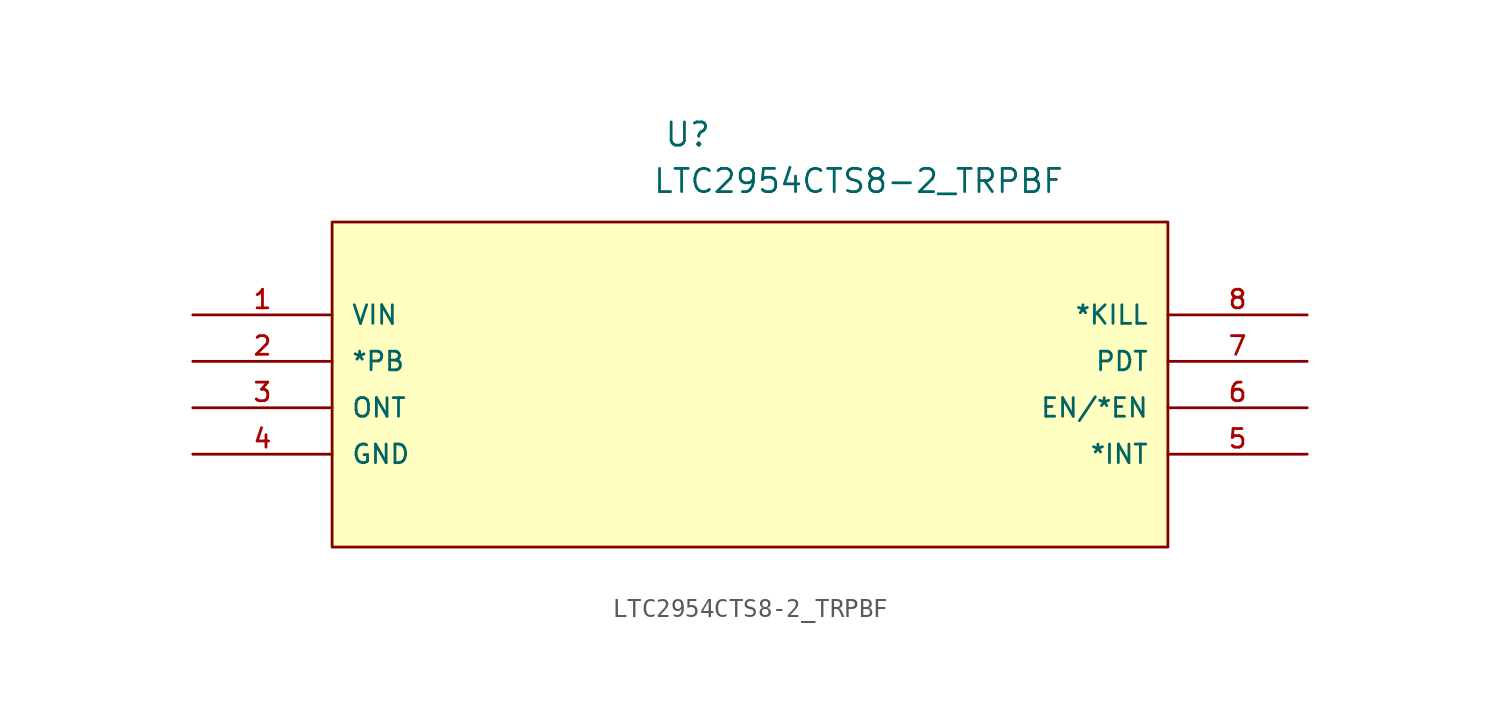
<source format=kicad_sym>
(kicad_symbol_lib
  (version 20211014)
  (generator kicad_symbol_editor)
  (symbol "LTC2954CTS8-2_TRPBF"
    (pin_names
      (offset 1.016))
    (property "Reference" "U"
      (at 25.764 9.122 0.0)
      (effects (font (size 1.27 1.27)) (justify bottom left)))
    (property "Value" "LTC2954CTS8-2_TRPBF"
      (at 25.128 6.58 0.0)
      (effects (font (size 1.27 1.27)) (justify bottom left)))
    (symbol "LTC2954CTS8-2_TRPBF_0_0"
      (rectangle (start 7.62 -12.7) (end 53.34 5.08) (stroke (width 0.152)) (fill (type background)))
      (pin input line (at 0.0 0.0 0) (length 7.62) (name "VIN" (effects (font (size 1.016 1.016)))) (number "1" (effects (font (size 1.016 1.016)))))
      (pin input line (at 0.0 -2.54 0) (length 7.62) (name "*PB" (effects (font (size 1.016 1.016)))) (number "2" (effects (font (size 1.016 1.016)))))
      (pin input line (at 0.0 -5.08 0) (length 7.62) (name "ONT" (effects (font (size 1.016 1.016)))) (number "3" (effects (font (size 1.016 1.016)))))
      (pin power_in line (at 0.0 -7.62 0) (length 7.62) (name "GND" (effects (font (size 1.016 1.016)))) (number "4" (effects (font (size 1.016 1.016)))))
      (pin output line (at 60.96 -7.62 180.0) (length 7.62) (name "*INT" (effects (font (size 1.016 1.016)))) (number "5" (effects (font (size 1.016 1.016)))))
      (pin output line (at 60.96 -5.08 180.0) (length 7.62) (name "EN/*EN" (effects (font (size 1.016 1.016)))) (number "6" (effects (font (size 1.016 1.016)))))
      (pin input line (at 60.96 -2.54 180.0) (length 7.62) (name "PDT" (effects (font (size 1.016 1.016)))) (number "7" (effects (font (size 1.016 1.016)))))
      (pin input line (at 60.96 0.0 180.0) (length 7.62) (name "*KILL" (effects (font (size 1.016 1.016)))) (number "8" (effects (font (size 1.016 1.016))))))))
</source>
